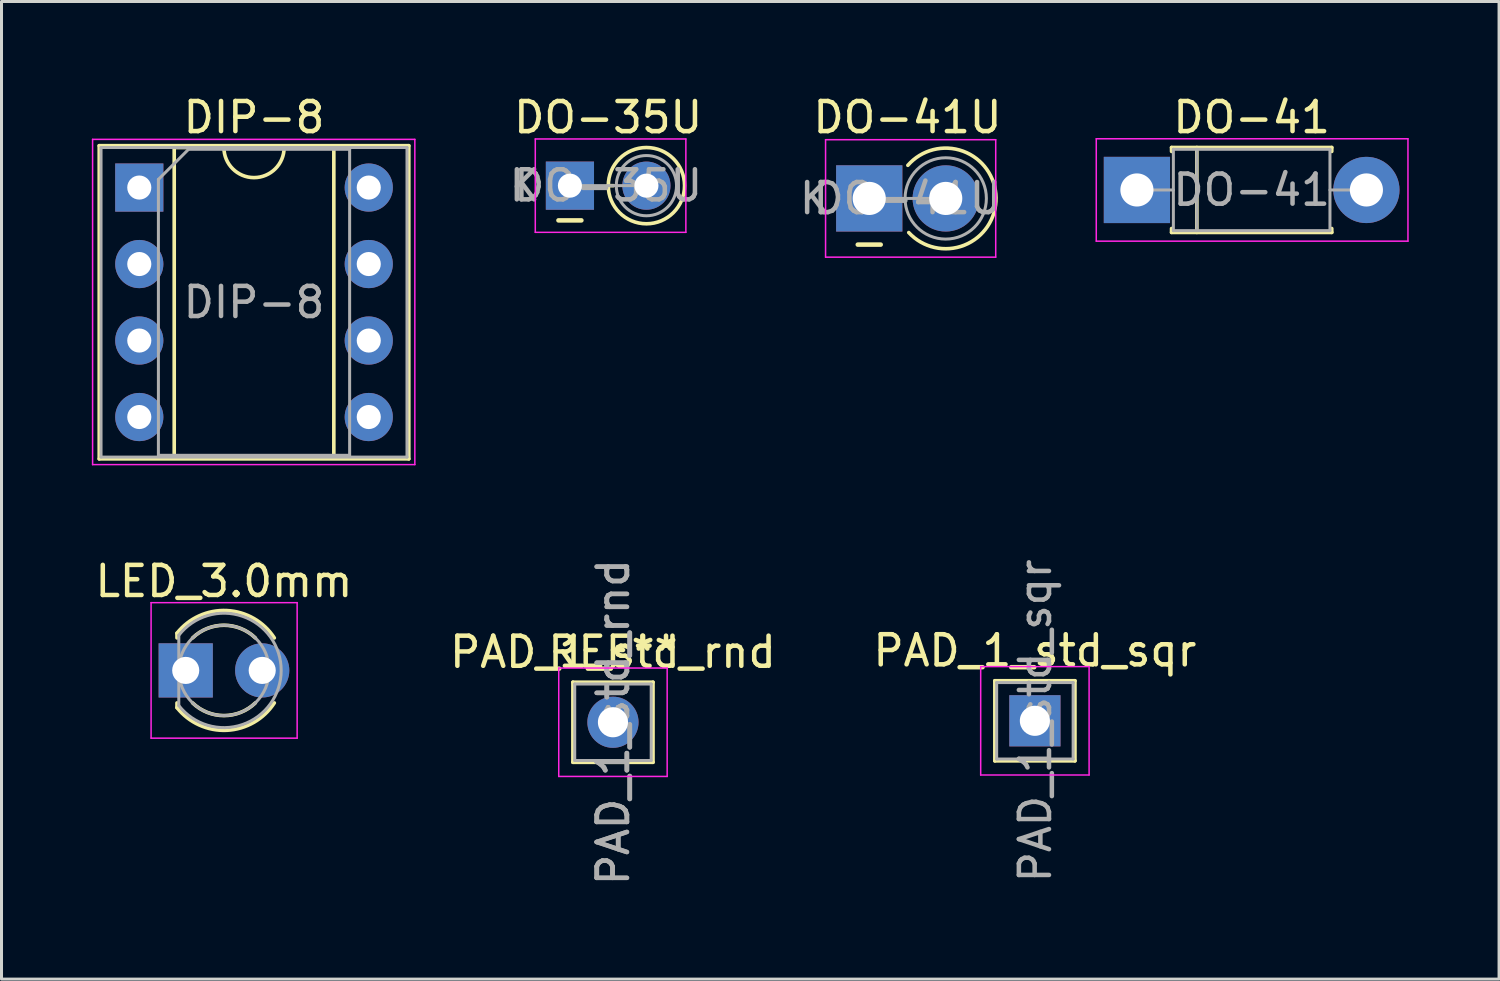
<source format=kicad_pcb>
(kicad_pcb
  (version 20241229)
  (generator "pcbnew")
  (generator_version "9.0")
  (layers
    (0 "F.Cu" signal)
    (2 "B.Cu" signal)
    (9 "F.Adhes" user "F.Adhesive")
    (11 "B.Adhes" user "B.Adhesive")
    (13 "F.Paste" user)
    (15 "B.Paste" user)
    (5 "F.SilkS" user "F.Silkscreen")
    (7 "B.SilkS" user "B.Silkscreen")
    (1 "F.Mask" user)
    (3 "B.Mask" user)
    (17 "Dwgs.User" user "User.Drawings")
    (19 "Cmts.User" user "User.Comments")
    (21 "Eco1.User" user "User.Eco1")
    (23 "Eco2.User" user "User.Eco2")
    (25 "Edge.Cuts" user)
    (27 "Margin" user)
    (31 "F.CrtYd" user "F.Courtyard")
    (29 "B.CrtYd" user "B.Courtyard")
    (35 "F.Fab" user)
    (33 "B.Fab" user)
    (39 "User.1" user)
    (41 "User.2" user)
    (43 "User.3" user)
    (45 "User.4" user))
  (footprint "LED_3.0mm"
    (layer "F.Cu")
    (at 3.117 19.212)
    (property "Reference" "LED_3.0mm" (at 1.27 -2.96 0) (layer "F.SilkS") (effects (font (size 1 1) (thickness 0.15))))
    (attr through_hole)
    (fp_line (start -0.29 -1.236) (end -0.29 -1.08) (stroke (width 0.12) (type solid)) (layer "F.SilkS"))
    (fp_line (start -0.29 1.08) (end -0.29 1.236) (stroke (width 0.12) (type solid)) (layer "F.SilkS"))
    (fp_arc (start -0.29 -1.235516) (mid 1.366487 -1.987659) (end 2.942335 -1.078608) (stroke (width 0.12) (type solid)) (layer "F.SilkS"))
    (fp_arc (start 0.229039 -1.08) (mid 1.270117 -1.5) (end 2.31113 -1.079837) (stroke (width 0.12) (type solid)) (layer "F.SilkS"))
    (fp_arc (start 2.31113 1.079837) (mid 1.270117 1.5) (end 0.229039 1.08) (stroke (width 0.12) (type solid)) (layer "F.SilkS"))
    (fp_arc (start 2.942335 1.078608) (mid 1.366487 1.987659) (end -0.29 1.235516) (stroke (width 0.12) (type solid)) (layer "F.SilkS"))
    (fp_line (start -1.15 -2.25) (end -1.15 2.25) (stroke (width 0.05) (type solid)) (layer "F.CrtYd"))
    (fp_line (start -1.15 2.25) (end 3.7 2.25) (stroke (width 0.05) (type solid)) (layer "F.CrtYd"))
    (fp_line (start 3.7 -2.25) (end -1.15 -2.25) (stroke (width 0.05) (type solid)) (layer "F.CrtYd"))
    (fp_line (start 3.7 2.25) (end 3.7 -2.25) (stroke (width 0.05) (type solid)) (layer "F.CrtYd"))
    (fp_line (start -0.23 -1.166) (end -0.23 1.166) (stroke (width 0.1) (type solid)) (layer "F.Fab"))
    (fp_arc (start -0.23 -1.16619) (mid 3.17 0.000452) (end -0.230555 1.165476) (stroke (width 0.1) (type solid)) (layer "F.Fab"))
    (fp_circle (center 1.27 0) (end 2.77 0) (stroke (width 0.1) (type solid)) (fill no) (layer "F.Fab"))
    (pad "1" thru_hole rect (at 0 0) (size 1.8 1.8) (drill 0.9) (layers "*.Cu" "*.Mask"))
    (pad "2" thru_hole circle (at 2.54 0) (size 1.8 1.8) (drill 0.9) (layers "*.Cu" "*.Mask")))
  (footprint "DO-35U"
    (layer "F.Cu")
    (at 15.875 3.115)
    (property "Reference" "DO-35U" (at 1.27 -2.266 0) (layer "F.SilkS") (effects (font (size 1 1) (thickness 0.15))))
    (attr through_hole)
    (fp_line (start 1.266 0) (end 1.44 0) (stroke (width 0.12) (type solid)) (layer "F.SilkS"))
    (fp_circle (center 2.54 0) (end 3.806 0) (stroke (width 0.12) (type solid)) (fill no) (layer "F.SilkS"))
    (fp_line (start -1.15 -1.55) (end -1.15 1.55) (stroke (width 0.05) (type solid)) (layer "F.CrtYd"))
    (fp_line (start -1.15 1.55) (end 3.85 1.55) (stroke (width 0.05) (type solid)) (layer "F.CrtYd"))
    (fp_line (start 3.85 -1.55) (end -1.15 -1.55) (stroke (width 0.05) (type solid)) (layer "F.CrtYd"))
    (fp_line (start 3.85 1.55) (end 3.85 -1.55) (stroke (width 0.05) (type solid)) (layer "F.CrtYd"))
    (fp_line (start 0 0) (end 2.54 0) (stroke (width 0.1) (type solid)) (layer "F.Fab"))
    (fp_circle (center 2.54 0) (end 3.54 0) (stroke (width 0.1) (type solid)) (fill no) (layer "F.Fab"))
    (fp_text user "-" (at 0 1.079 0) (layer "F.SilkS") (effects (font (size 1 1) (thickness 0.15))))
    (fp_text user "K" (at -1.5 0 0) (layer "F.Fab") (effects (font (size 1 1) (thickness 0.15))))
    (fp_text user "${REFERENCE}" (at 1.27 0 0) (layer "F.Fab") (effects (font (size 1 1) (thickness 0.15))))
    (pad "1" thru_hole rect (at 0 0) (size 1.6 1.6) (drill 0.8) (layers "*.Cu" "*.Mask"))
    (pad "2" thru_hole oval (at 2.54 0) (size 1.6 1.6) (drill 0.8) (layers "*.Cu" "*.Mask")))
  (footprint "PAD_1_std_sqr"
    (layer "F.Cu")
    (at 31.315 20.885)
    (property "Reference" "PAD_1_std_sqr" (at 0 -2.33 0) (layer "F.SilkS") (effects (font (size 1 1) (thickness 0.15))))
    (attr through_hole)
    (fp_line (start -1.33 -1.33) (end 1.33 -1.33) (stroke (width 0.12) (type solid)) (layer "F.SilkS"))
    (fp_line (start -1.33 1.33) (end -1.33 -1.33) (stroke (width 0.12) (type solid)) (layer "F.SilkS"))
    (fp_line (start -1.33 1.33) (end 1.33 1.33) (stroke (width 0.12) (type solid)) (layer "F.SilkS"))
    (fp_line (start 1.33 1.33) (end 1.33 -1.33) (stroke (width 0.12) (type solid)) (layer "F.SilkS"))
    (fp_line (start -1.8 -1.8) (end -1.8 1.8) (stroke (width 0.05) (type solid)) (layer "F.CrtYd"))
    (fp_line (start -1.8 1.8) (end 1.8 1.8) (stroke (width 0.05) (type solid)) (layer "F.CrtYd"))
    (fp_line (start 1.8 -1.8) (end -1.8 -1.8) (stroke (width 0.05) (type solid)) (layer "F.CrtYd"))
    (fp_line (start 1.8 1.8) (end 1.8 -1.8) (stroke (width 0.05) (type solid)) (layer "F.CrtYd"))
    (fp_line (start -1.27 -1.27) (end 1.27 -1.27) (stroke (width 0.1) (type solid)) (layer "F.Fab"))
    (fp_line (start -1.27 1.27) (end -1.27 -1.27) (stroke (width 0.1) (type solid)) (layer "F.Fab"))
    (fp_line (start 1.27 -1.27) (end 1.27 1.27) (stroke (width 0.1) (type solid)) (layer "F.Fab"))
    (fp_line (start 1.27 1.27) (end -1.27 1.27) (stroke (width 0.1) (type solid)) (layer "F.Fab"))
    (fp_text user "${REFERENCE}" (at 0.013 0 270) (layer "F.Fab") (effects (font (size 1 1) (thickness 0.15))))
    (pad "1" thru_hole rect (at 0 0) (size 1.7 1.7) (drill 1) (layers "*.Cu" "*.Mask")))
  (footprint "DO-41"
    (layer "F.Cu")
    (at 34.703 3.258)
    (property "Reference" "DO-41" (at 3.81 -2.41 0) (layer "F.SilkS") (effects (font (size 1 1) (thickness 0.15))))
    (attr through_hole)
    (fp_line (start 1.15 -1.41) (end 6.47 -1.41) (stroke (width 0.12) (type solid)) (layer "F.SilkS"))
    (fp_line (start 1.15 -1.28) (end 1.15 -1.41) (stroke (width 0.12) (type solid)) (layer "F.SilkS"))
    (fp_line (start 1.15 1.28) (end 1.15 1.41) (stroke (width 0.12) (type solid)) (layer "F.SilkS"))
    (fp_line (start 1.15 1.41) (end 6.47 1.41) (stroke (width 0.12) (type solid)) (layer "F.SilkS"))
    (fp_line (start 1.99 -1.41) (end 1.99 1.41) (stroke (width 0.12) (type solid)) (layer "F.SilkS"))
    (fp_line (start 6.47 -1.41) (end 6.47 -1.28) (stroke (width 0.12) (type solid)) (layer "F.SilkS"))
    (fp_line (start 6.47 1.41) (end 6.47 1.28) (stroke (width 0.12) (type solid)) (layer "F.SilkS"))
    (fp_line (start -1.35 -1.7) (end -1.35 1.7) (stroke (width 0.05) (type solid)) (layer "F.CrtYd"))
    (fp_line (start -1.35 1.7) (end 9 1.7) (stroke (width 0.05) (type solid)) (layer "F.CrtYd"))
    (fp_line (start 9 -1.7) (end -1.35 -1.7) (stroke (width 0.05) (type solid)) (layer "F.CrtYd"))
    (fp_line (start 9 1.7) (end 9 -1.7) (stroke (width 0.05) (type solid)) (layer "F.CrtYd"))
    (fp_line (start 0 0) (end 1.21 0) (stroke (width 0.1) (type solid)) (layer "F.Fab"))
    (fp_line (start 1.21 -1.35) (end 1.21 1.35) (stroke (width 0.1) (type solid)) (layer "F.Fab"))
    (fp_line (start 1.21 1.35) (end 6.41 1.35) (stroke (width 0.1) (type solid)) (layer "F.Fab"))
    (fp_line (start 1.99 -1.35) (end 1.99 1.35) (stroke (width 0.1) (type solid)) (layer "F.Fab"))
    (fp_line (start 6.41 -1.35) (end 1.21 -1.35) (stroke (width 0.1) (type solid)) (layer "F.Fab"))
    (fp_line (start 6.41 1.35) (end 6.41 -1.35) (stroke (width 0.1) (type solid)) (layer "F.Fab"))
    (fp_line (start 7.62 0) (end 6.41 0) (stroke (width 0.1) (type solid)) (layer "F.Fab"))
    (fp_text user "${REFERENCE}" (at 3.81 0 0) (layer "F.Fab") (effects (font (size 1 1) (thickness 0.15))))
    (pad "1" thru_hole rect (at 0 0) (size 2.2 2.2) (drill 1.1) (layers "*.Cu" "*.Mask"))
    (pad "2" thru_hole oval (at 7.62 0) (size 2.2 2.2) (drill 1.1) (layers "*.Cu" "*.Mask")))
  (footprint "PAD_1_std_rnd"
    (layer "F.Cu")
    (at 17.304 20.933)
    (property "Reference" "PAD_1_std_rnd" (at 0 -2.33 0) (layer "F.SilkS") (effects (font (size 1 1) (thickness 0.15))))
    (attr through_hole)
    (fp_line (start -1.33 -1.33) (end 1.33 -1.33) (stroke (width 0.12) (type solid)) (layer "F.SilkS"))
    (fp_line (start -1.33 1.33) (end -1.33 -1.33) (stroke (width 0.12) (type solid)) (layer "F.SilkS"))
    (fp_line (start -1.33 1.33) (end 1.33 1.33) (stroke (width 0.12) (type solid)) (layer "F.SilkS"))
    (fp_line (start 1.33 1.33) (end 1.33 -1.33) (stroke (width 0.12) (type solid)) (layer "F.SilkS"))
    (fp_line (start -1.8 -1.8) (end -1.8 1.8) (stroke (width 0.05) (type solid)) (layer "F.CrtYd"))
    (fp_line (start -1.8 1.8) (end 1.8 1.8) (stroke (width 0.05) (type solid)) (layer "F.CrtYd"))
    (fp_line (start 1.8 -1.8) (end -1.8 -1.8) (stroke (width 0.05) (type solid)) (layer "F.CrtYd"))
    (fp_line (start 1.8 1.8) (end 1.8 -1.8) (stroke (width 0.05) (type solid)) (layer "F.CrtYd"))
    (fp_line (start -1.27 -1.27) (end 1.27 -1.27) (stroke (width 0.1) (type solid)) (layer "F.Fab"))
    (fp_line (start -1.27 1.27) (end -1.27 -1.27) (stroke (width 0.1) (type solid)) (layer "F.Fab"))
    (fp_line (start 1.27 -1.27) (end 1.27 1.27) (stroke (width 0.1) (type solid)) (layer "F.Fab"))
    (fp_line (start 1.27 1.27) (end -1.27 1.27) (stroke (width 0.1) (type solid)) (layer "F.Fab"))
    (fp_text user "REF**" (at 0 -2.33 0) (layer "F.SilkS") (effects (font (size 1 1) (thickness 0.15))))
    (fp_text user "${REFERENCE}" (at 0 0 90) (layer "F.Fab") (effects (font (size 1 1) (thickness 0.15))))
    (fp_text user "${REFERENCE}" (at 0.013 0 270) (layer "F.Fab") (effects (font (size 1 1) (thickness 0.15))))
    (pad "1" thru_hole oval (at 0 0) (size 1.7 1.7) (drill 1) (layers "*.Cu" "*.Mask")))
  (footprint "DO-41U"
    (layer "F.Cu")
    (at 25.814 3.539)
    (property "Reference" "DO-41U" (at 1.27 -2.691 0) (layer "F.SilkS") (effects (font (size 1 1) (thickness 0.15))))
    (attr through_hole)
    (fp_arc (start 1.282484 -1.1) (mid 4.21058 -0.022525) (end 1.312599 1.133505) (stroke (width 0.12) (type solid)) (layer "F.SilkS"))
    (fp_line (start -1.45 -1.95) (end -1.45 1.95) (stroke (width 0.05) (type solid)) (layer "F.CrtYd"))
    (fp_line (start -1.45 1.95) (end 4.2 1.95) (stroke (width 0.05) (type solid)) (layer "F.CrtYd"))
    (fp_line (start 4.2 -1.95) (end -1.45 -1.95) (stroke (width 0.05) (type solid)) (layer "F.CrtYd"))
    (fp_line (start 4.2 1.95) (end 4.2 -1.95) (stroke (width 0.05) (type solid)) (layer "F.CrtYd"))
    (fp_line (start 0 0) (end 2.54 0) (stroke (width 0.1) (type solid)) (layer "F.Fab"))
    (fp_circle (center 2.54 0) (end 3.89 0) (stroke (width 0.1) (type solid)) (fill no) (layer "F.Fab"))
    (fp_text user "-" (at 0 1.46 0) (layer "F.SilkS") (effects (font (size 1 1) (thickness 0.15))))
    (fp_text user "${REFERENCE}" (at 1.27 0 0) (layer "F.Fab") (effects (font (size 1 1) (thickness 0.15))))
    (fp_text user "K" (at -1.8 0 0) (layer "F.Fab") (effects (font (size 1 1) (thickness 0.15))))
    (pad "1" thru_hole rect (at 0 0) (size 2.2 2.2) (drill 1.1) (layers "*.Cu" "*.Mask"))
    (pad "2" thru_hole oval (at 2.54 0) (size 2.2 2.2) (drill 1.1) (layers "*.Cu" "*.Mask")))
  (footprint "DIP-8"
    (layer "F.Cu")
    (at 1.575 3.178)
    (property "Reference" "DIP-8" (at 3.81 -2.33 0) (layer "F.SilkS") (effects (font (size 1 1) (thickness 0.15))))
    (attr through_hole)
    (fp_line (start -1.33 -1.39) (end -1.33 9.01) (stroke (width 0.12) (type solid)) (layer "F.SilkS"))
    (fp_line (start -1.33 9.01) (end 8.95 9.01) (stroke (width 0.12) (type solid)) (layer "F.SilkS"))
    (fp_line (start 1.16 -1.33) (end 1.16 8.95) (stroke (width 0.12) (type solid)) (layer "F.SilkS"))
    (fp_line (start 1.16 8.95) (end 6.46 8.95) (stroke (width 0.12) (type solid)) (layer "F.SilkS"))
    (fp_line (start 2.81 -1.33) (end 1.16 -1.33) (stroke (width 0.12) (type solid)) (layer "F.SilkS"))
    (fp_line (start 6.46 -1.33) (end 4.81 -1.33) (stroke (width 0.12) (type solid)) (layer "F.SilkS"))
    (fp_line (start 6.46 8.95) (end 6.46 -1.33) (stroke (width 0.12) (type solid)) (layer "F.SilkS"))
    (fp_line (start 8.95 -1.39) (end -1.33 -1.39) (stroke (width 0.12) (type solid)) (layer "F.SilkS"))
    (fp_line (start 8.95 9.01) (end 8.95 -1.39) (stroke (width 0.12) (type solid)) (layer "F.SilkS"))
    (fp_arc (start 4.81 -1.33) (mid 3.81 -0.33) (end 2.81 -1.33) (stroke (width 0.12) (type solid)) (layer "F.SilkS"))
    (fp_line (start -1.55 -1.6) (end -1.55 9.2) (stroke (width 0.05) (type solid)) (layer "F.CrtYd"))
    (fp_line (start -1.55 9.2) (end 9.15 9.2) (stroke (width 0.05) (type solid)) (layer "F.CrtYd"))
    (fp_line (start 9.15 -1.6) (end -1.55 -1.6) (stroke (width 0.05) (type solid)) (layer "F.CrtYd"))
    (fp_line (start 9.15 9.2) (end 9.15 -1.6) (stroke (width 0.05) (type solid)) (layer "F.CrtYd"))
    (fp_line (start -1.27 -1.33) (end -1.27 8.95) (stroke (width 0.1) (type solid)) (layer "F.Fab"))
    (fp_line (start -1.27 8.95) (end 8.89 8.95) (stroke (width 0.1) (type solid)) (layer "F.Fab"))
    (fp_line (start 0.635 -0.27) (end 1.635 -1.27) (stroke (width 0.1) (type solid)) (layer "F.Fab"))
    (fp_line (start 0.635 8.89) (end 0.635 -0.27) (stroke (width 0.1) (type solid)) (layer "F.Fab"))
    (fp_line (start 1.635 -1.27) (end 6.985 -1.27) (stroke (width 0.1) (type solid)) (layer "F.Fab"))
    (fp_line (start 6.985 -1.27) (end 6.985 8.89) (stroke (width 0.1) (type solid)) (layer "F.Fab"))
    (fp_line (start 6.985 8.89) (end 0.635 8.89) (stroke (width 0.1) (type solid)) (layer "F.Fab"))
    (fp_line (start 8.89 -1.33) (end -1.27 -1.33) (stroke (width 0.1) (type solid)) (layer "F.Fab"))
    (fp_line (start 8.89 8.95) (end 8.89 -1.33) (stroke (width 0.1) (type solid)) (layer "F.Fab"))
    (fp_text user "${REFERENCE}" (at 3.81 3.81 0) (layer "F.Fab") (effects (font (size 1 1) (thickness 0.15))))
    (pad "1" thru_hole rect (at 0 0) (size 1.6 1.6) (drill 0.8) (layers "*.Cu" "*.Mask"))
    (pad "2" thru_hole oval (at 0 2.54) (size 1.6 1.6) (drill 0.8) (layers "*.Cu" "*.Mask"))
    (pad "3" thru_hole oval (at 0 5.08) (size 1.6 1.6) (drill 0.8) (layers "*.Cu" "*.Mask"))
    (pad "4" thru_hole oval (at 0 7.62) (size 1.6 1.6) (drill 0.8) (layers "*.Cu" "*.Mask"))
    (pad "5" thru_hole oval (at 7.62 7.62) (size 1.6 1.6) (drill 0.8) (layers "*.Cu" "*.Mask"))
    (pad "6" thru_hole oval (at 7.62 5.08) (size 1.6 1.6) (drill 0.8) (layers "*.Cu" "*.Mask"))
    (pad "7" thru_hole oval (at 7.62 2.54) (size 1.6 1.6) (drill 0.8) (layers "*.Cu" "*.Mask"))
    (pad "8" thru_hole oval (at 7.62 0) (size 1.6 1.6) (drill 0.8) (layers "*.Cu" "*.Mask")))
  (gr_rect
    (start -3 -3)
    (end 46.728 29.463)
    (stroke (width 0.1) (type default))
    (fill no)
    (layer "Edge.Cuts")))
</source>
